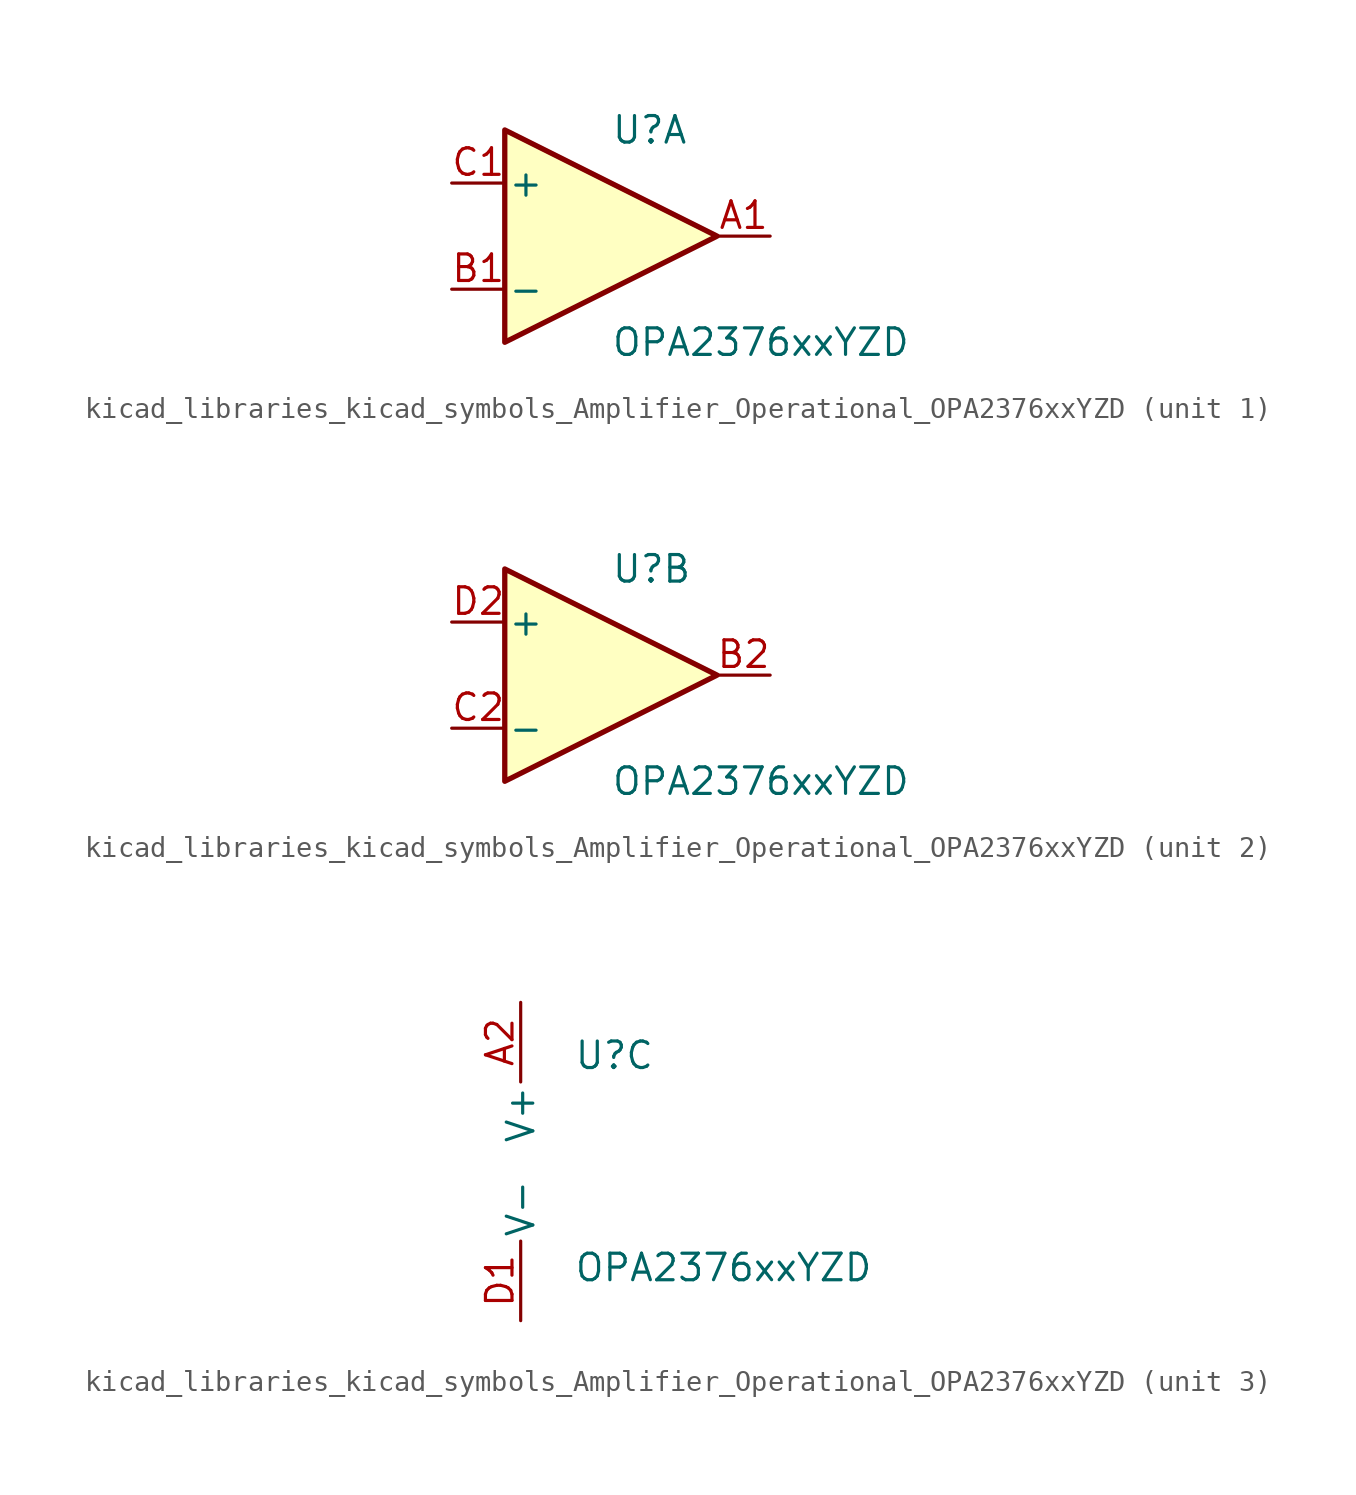
<source format=kicad_sym>
(kicad_symbol_lib
  (version 20220914)
  (generator kicad_symbol_editor)
  (symbol "kicad_libraries_kicad_symbols_Amplifier_Operational_OPA2376xxYZD"
    (pin_names
      (offset 0.127))
    (property "Reference" "U"
      (at 0 5.08 0)
      (effects (font (size 1.27 1.27)) (justify left)))
    (property "Value" "OPA2376xxYZD"
      (at 0 -5.08 0)
      (effects (font (size 1.27 1.27)) (justify left)))
    (property "ki_locked" ""
      (at 0 0 0)
      (effects (font (size 1.27 1.27))))
    (symbol "kicad_libraries_kicad_symbols_Amplifier_Operational_OPA2376xxYZD_1_1"
      (polyline (pts (xy -5.08 5.08) (xy 5.08 0) (xy -5.08 -5.08) (xy -5.08 5.08)) (stroke (width 0.254) (type default)) (fill (type background)))
      (pin output line (at 7.62 0 180) (length 2.54) (name "~" (effects (font (size 1.27 1.27)))) (number "A1" (effects (font (size 1.27 1.27)))))
      (pin input line (at -7.62 -2.54 0) (length 2.54) (name "-" (effects (font (size 1.27 1.27)))) (number "B1" (effects (font (size 1.27 1.27)))))
      (pin input line (at -7.62 2.54 0) (length 2.54) (name "+" (effects (font (size 1.27 1.27)))) (number "C1" (effects (font (size 1.27 1.27))))))
    (symbol "kicad_libraries_kicad_symbols_Amplifier_Operational_OPA2376xxYZD_2_1"
      (polyline (pts (xy -5.08 5.08) (xy 5.08 0) (xy -5.08 -5.08) (xy -5.08 5.08)) (stroke (width 0.254) (type default)) (fill (type background)))
      (pin output line (at 7.62 0 180) (length 2.54) (name "~" (effects (font (size 1.27 1.27)))) (number "B2" (effects (font (size 1.27 1.27)))))
      (pin input line (at -7.62 -2.54 0) (length 2.54) (name "-" (effects (font (size 1.27 1.27)))) (number "C2" (effects (font (size 1.27 1.27)))))
      (pin input line (at -7.62 2.54 0) (length 2.54) (name "+" (effects (font (size 1.27 1.27)))) (number "D2" (effects (font (size 1.27 1.27))))))
    (symbol "kicad_libraries_kicad_symbols_Amplifier_Operational_OPA2376xxYZD_3_1"
      (pin power_in line (at -2.54 7.62 270) (length 3.81) (name "V+" (effects (font (size 1.27 1.27)))) (number "A2" (effects (font (size 1.27 1.27)))))
      (pin power_in line (at -2.54 -7.62 90) (length 3.81) (name "V-" (effects (font (size 1.27 1.27)))) (number "D1" (effects (font (size 1.27 1.27))))))))
</source>
